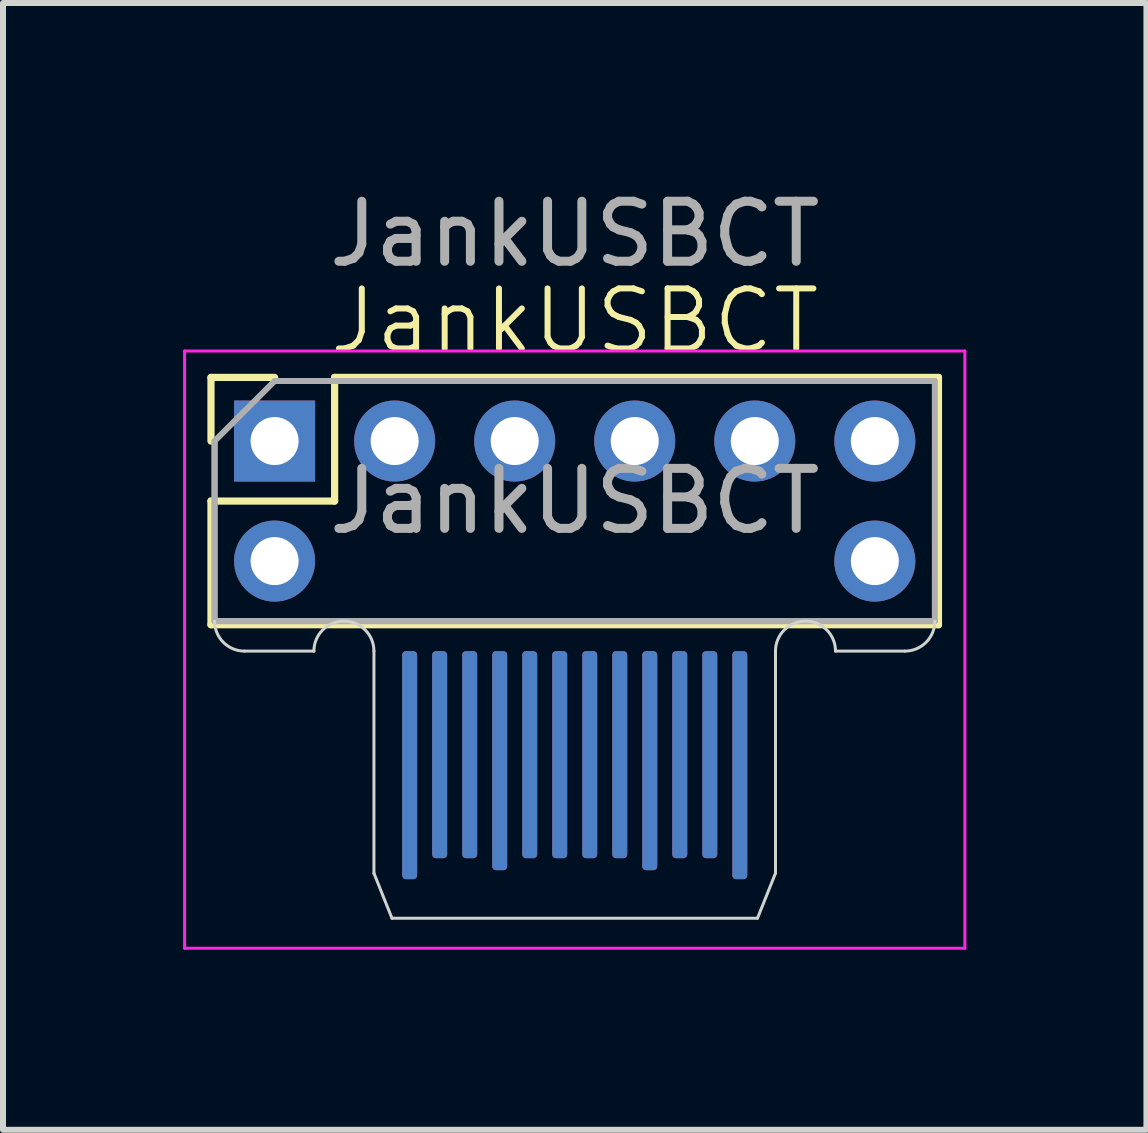
<source format=kicad_pcb>
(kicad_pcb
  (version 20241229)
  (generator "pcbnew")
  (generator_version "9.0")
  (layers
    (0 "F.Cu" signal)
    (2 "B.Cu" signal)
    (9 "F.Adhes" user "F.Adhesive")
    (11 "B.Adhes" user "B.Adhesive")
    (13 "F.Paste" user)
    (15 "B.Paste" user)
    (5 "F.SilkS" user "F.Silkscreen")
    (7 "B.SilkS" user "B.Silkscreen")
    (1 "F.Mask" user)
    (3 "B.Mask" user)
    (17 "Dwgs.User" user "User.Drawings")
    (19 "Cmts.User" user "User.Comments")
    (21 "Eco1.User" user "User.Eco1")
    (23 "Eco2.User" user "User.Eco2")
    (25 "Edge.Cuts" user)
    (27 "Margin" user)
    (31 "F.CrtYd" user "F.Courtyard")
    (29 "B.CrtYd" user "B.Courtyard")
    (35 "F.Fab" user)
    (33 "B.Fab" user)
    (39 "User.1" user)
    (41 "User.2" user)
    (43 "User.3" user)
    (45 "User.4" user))
  (footprint "JankUSBCT"
    (layer "F.Cu")
    (at 6.525 7.798)
    (property "Reference" "JankUSBCT" (at 0 -5.5 0) (unlocked yes) (layer "F.SilkS") (effects (font (size 1 1) (thickness 0.1))))
    (attr smd)
    (fp_rect (start -3.5 0) (end 3.5 4.5) (stroke (width 0) (type solid)) (fill yes) (layer "F.Mask"))
    (fp_rect (start -3.5 0) (end 3.5 4.5) (stroke (width 0) (type solid)) (fill yes) (layer "B.Mask"))
    (fp_line (start -6.06 -4.56) (end -5 -4.56) (stroke (width 0.12) (type solid)) (layer "F.SilkS"))
    (fp_line (start -6.06 -3.5) (end -6.06 -4.56) (stroke (width 0.12) (type solid)) (layer "F.SilkS"))
    (fp_line (start -6.06 -2.5) (end -4 -2.5) (stroke (width 0.12) (type solid)) (layer "F.SilkS"))
    (fp_line (start -6.06 -0.44) (end -6.06 -2.5) (stroke (width 0.12) (type solid)) (layer "F.SilkS"))
    (fp_line (start -6.06 -0.44) (end 6.06 -0.44) (stroke (width 0.12) (type solid)) (layer "F.SilkS"))
    (fp_line (start -4 -4.56) (end 6.06 -4.56) (stroke (width 0.12) (type solid)) (layer "F.SilkS"))
    (fp_line (start -4 -2.5) (end -4 -4.56) (stroke (width 0.12) (type solid)) (layer "F.SilkS"))
    (fp_line (start 6.06 -0.44) (end 6.06 -4.56) (stroke (width 0.12) (type solid)) (layer "F.SilkS"))
    (fp_line (start -4.345 0) (end -5.5 0) (stroke (width 0.05) (type default)) (layer "Edge.Cuts"))
    (fp_line (start -3.345 3.7) (end -3.345 0) (stroke (width 0.05) (type default)) (layer "Edge.Cuts"))
    (fp_line (start -3.345 3.7) (end -3.045 4.45) (stroke (width 0.05) (type default)) (layer "Edge.Cuts"))
    (fp_line (start 3.045 4.45) (end -3.045 4.45) (stroke (width 0.05) (type default)) (layer "Edge.Cuts"))
    (fp_line (start 3.345 3.7) (end 3.045 4.45) (stroke (width 0.05) (type default)) (layer "Edge.Cuts"))
    (fp_line (start 3.345 3.7) (end 3.345 0) (stroke (width 0.05) (type default)) (layer "Edge.Cuts"))
    (fp_line (start 4.345 0) (end 5.5 0) (stroke (width 0.05) (type default)) (layer "Edge.Cuts"))
    (fp_arc (start -5.5 0) (mid -5.853553 -0.146447) (end -6 -0.5) (stroke (width 0.05) (type default)) (layer "Edge.Cuts"))
    (fp_arc (start -4.345 0) (mid -3.845 -0.5) (end -3.345 0) (stroke (width 0.05) (type default)) (layer "Edge.Cuts"))
    (fp_arc (start 3.345 0) (mid 3.845 -0.5) (end 4.345 0) (stroke (width 0.05) (type default)) (layer "Edge.Cuts"))
    (fp_arc (start 6 -0.5) (mid 5.853553 -0.146447) (end 5.5 0) (stroke (width 0.05) (type default)) (layer "Edge.Cuts"))
    (fp_line (start -6.5 -5) (end 6.5 -5) (stroke (width 0.05) (type solid)) (layer "F.CrtYd"))
    (fp_line (start -6.5 4.95) (end -6.5 -5) (stroke (width 0.05) (type solid)) (layer "F.CrtYd"))
    (fp_line (start 6.5 -5) (end 6.5 4.95) (stroke (width 0.05) (type solid)) (layer "F.CrtYd"))
    (fp_line (start 6.5 4.95) (end -6.5 4.95) (stroke (width 0.05) (type solid)) (layer "F.CrtYd"))
    (fp_line (start -6 -3.5) (end -5 -4.5) (stroke (width 0.1) (type solid)) (layer "F.Fab"))
    (fp_line (start -6 -0.5) (end -6 -3.5) (stroke (width 0.1) (type solid)) (layer "F.Fab"))
    (fp_line (start -6 -0.5) (end -6 -3.5) (stroke (width 0.1) (type solid)) (layer "F.Fab"))
    (fp_line (start -5 -4.5) (end 6 -4.5) (stroke (width 0.1) (type solid)) (layer "F.Fab"))
    (fp_line (start 6 -4.5) (end 6 -0.5) (stroke (width 0.1) (type solid)) (layer "F.Fab"))
    (fp_line (start 6 -0.5) (end -6 -0.5) (stroke (width 0.1) (type solid)) (layer "F.Fab"))
    (fp_line (start 6 -0.5) (end -6 -0.5) (stroke (width 0.1) (type solid)) (layer "F.Fab"))
    (fp_text user "${REFERENCE}" (at 0 -6.95 0) (unlocked yes) (layer "F.Fab") (effects (font (size 1 1) (thickness 0.15))))
    (fp_text user "${REFERENCE}" (at 0 -2.5 180) (layer "F.Fab") (effects (font (size 1 1) (thickness 0.15))))
    (pad "" smd roundrect (at -2.25 1.725) (size 0.25 3.45) (layers "F.Cu" "F.Mask" "F.Paste") (roundrect_rratio 0.25))
    (pad "" smd roundrect (at -2.25 1.725) (size 0.25 3.45) (layers "B.Cu" "B.Mask" "B.Paste") (roundrect_rratio 0.25))
    (pad "" smd roundrect (at -1.75 1.725 180) (size 0.25 3.45) (layers "F.Cu" "F.Mask" "F.Paste") (roundrect_rratio 0.25))
    (pad "" smd roundrect (at -1.75 1.725) (size 0.25 3.45) (layers "B.Cu" "B.Mask" "B.Paste") (roundrect_rratio 0.25))
    (pad "" smd roundrect (at -0.75 1.725) (size 0.25 3.45) (layers "B.Cu" "B.Mask" "B.Paste") (roundrect_rratio 0.25))
    (pad "" smd roundrect (at 0.75 1.725) (size 0.25 3.45) (layers "F.Cu" "F.Mask" "F.Paste") (roundrect_rratio 0.25))
    (pad "" smd roundrect (at 1.75 1.725) (size 0.25 3.45) (layers "F.Cu" "F.Mask" "F.Paste") (roundrect_rratio 0.25))
    (pad "" smd roundrect (at 1.75 1.725 180) (size 0.25 3.45) (layers "B.Cu" "B.Mask" "B.Paste") (roundrect_rratio 0.25))
    (pad "" smd roundrect (at 2.25 1.725) (size 0.25 3.45) (layers "F.Cu" "F.Mask" "F.Paste") (roundrect_rratio 0.25))
    (pad "" smd roundrect (at 2.25 1.725) (size 0.25 3.45) (layers "B.Cu" "B.Mask" "B.Paste") (roundrect_rratio 0.25))
    (pad "1" thru_hole rect (at -5 -3.5 90) (size 1.35 1.35) (drill 0.8) (layers "*.Cu" "*.Mask"))
    (pad "1" thru_hole oval (at -5 -1.5 90) (size 1.35 1.35) (drill 0.8) (layers "*.Cu" "*.Mask"))
    (pad "1" smd roundrect (at -2.75 1.9) (size 0.25 3.8) (layers "F.Cu" "F.Mask" "F.Paste") (roundrect_rratio 0.25))
    (pad "1" smd roundrect (at -2.75 1.9 180) (size 0.25 3.8) (layers "B.Cu" "B.Mask" "B.Paste") (roundrect_rratio 0.25))
    (pad "1" smd roundrect (at 2.75 1.9) (size 0.25 3.8) (layers "F.Cu" "F.Mask" "F.Paste") (roundrect_rratio 0.25))
    (pad "1" smd roundrect (at 2.75 1.9) (size 0.25 3.8) (layers "B.Cu" "B.Mask" "B.Paste") (roundrect_rratio 0.25))
    (pad "2" thru_hole oval (at -3 -3.5 90) (size 1.35 1.35) (drill 0.8) (layers "*.Cu" "*.Mask"))
    (pad "2" smd roundrect (at -0.25 1.725 180) (size 0.25 3.45) (layers "F.Cu" "F.Mask" "F.Paste") (roundrect_rratio 0.25))
    (pad "2" smd roundrect (at 0.25 1.725 180) (size 0.25 3.45) (layers "B.Cu" "B.Mask" "B.Paste") (roundrect_rratio 0.25))
    (pad "3" thru_hole oval (at -1 -3.5 90) (size 1.35 1.35) (drill 0.8) (layers "*.Cu" "*.Mask"))
    (pad "3" smd roundrect (at -0.25 1.725) (size 0.25 3.45) (layers "B.Cu" "B.Mask" "B.Paste") (roundrect_rratio 0.25))
    (pad "3" smd roundrect (at 0.25 1.725) (size 0.25 3.45) (layers "F.Cu" "F.Mask" "F.Paste") (roundrect_rratio 0.25))
    (pad "4" smd roundrect (at -0.75 1.725 180) (size 0.25 3.45) (layers "F.Cu" "F.Mask" "F.Paste") (roundrect_rratio 0.25))
    (pad "4" thru_hole oval (at 1 -3.5 90) (size 1.35 1.35) (drill 0.8) (layers "*.Cu" "*.Mask"))
    (pad "5" smd roundrect (at 0.75 1.725 180) (size 0.25 3.45) (layers "B.Cu" "B.Mask" "B.Paste") (roundrect_rratio 0.25))
    (pad "5" thru_hole oval (at 3 -3.5 90) (size 1.35 1.35) (drill 0.8) (layers "*.Cu" "*.Mask"))
    (pad "6" smd roundrect (at -1.25 1.825 180) (size 0.25 3.65) (layers "F.Cu" "F.Mask" "F.Paste") (roundrect_rratio 0.25))
    (pad "6" smd roundrect (at -1.25 1.825 180) (size 0.25 3.65) (layers "B.Cu" "B.Mask" "B.Paste") (roundrect_rratio 0.25))
    (pad "6" smd roundrect (at 1.25 1.825 180) (size 0.25 3.65) (layers "F.Cu" "F.Mask" "F.Paste") (roundrect_rratio 0.25))
    (pad "6" smd roundrect (at 1.25 1.825 180) (size 0.25 3.65) (layers "B.Cu" "B.Mask" "B.Paste") (roundrect_rratio 0.25))
    (pad "6" thru_hole oval (at 5 -3.5 90) (size 1.35 1.35) (drill 0.8) (layers "*.Cu" "*.Mask"))
    (pad "6" thru_hole oval (at 5 -1.5 90) (size 1.35 1.35) (drill 0.8) (layers "*.Cu" "*.Mask")))
  (gr_rect
    (start -3 -3)
    (end 16.05 15.773)
    (stroke (width 0.1) (type default))
    (fill no)
    (layer "Edge.Cuts")))
</source>
